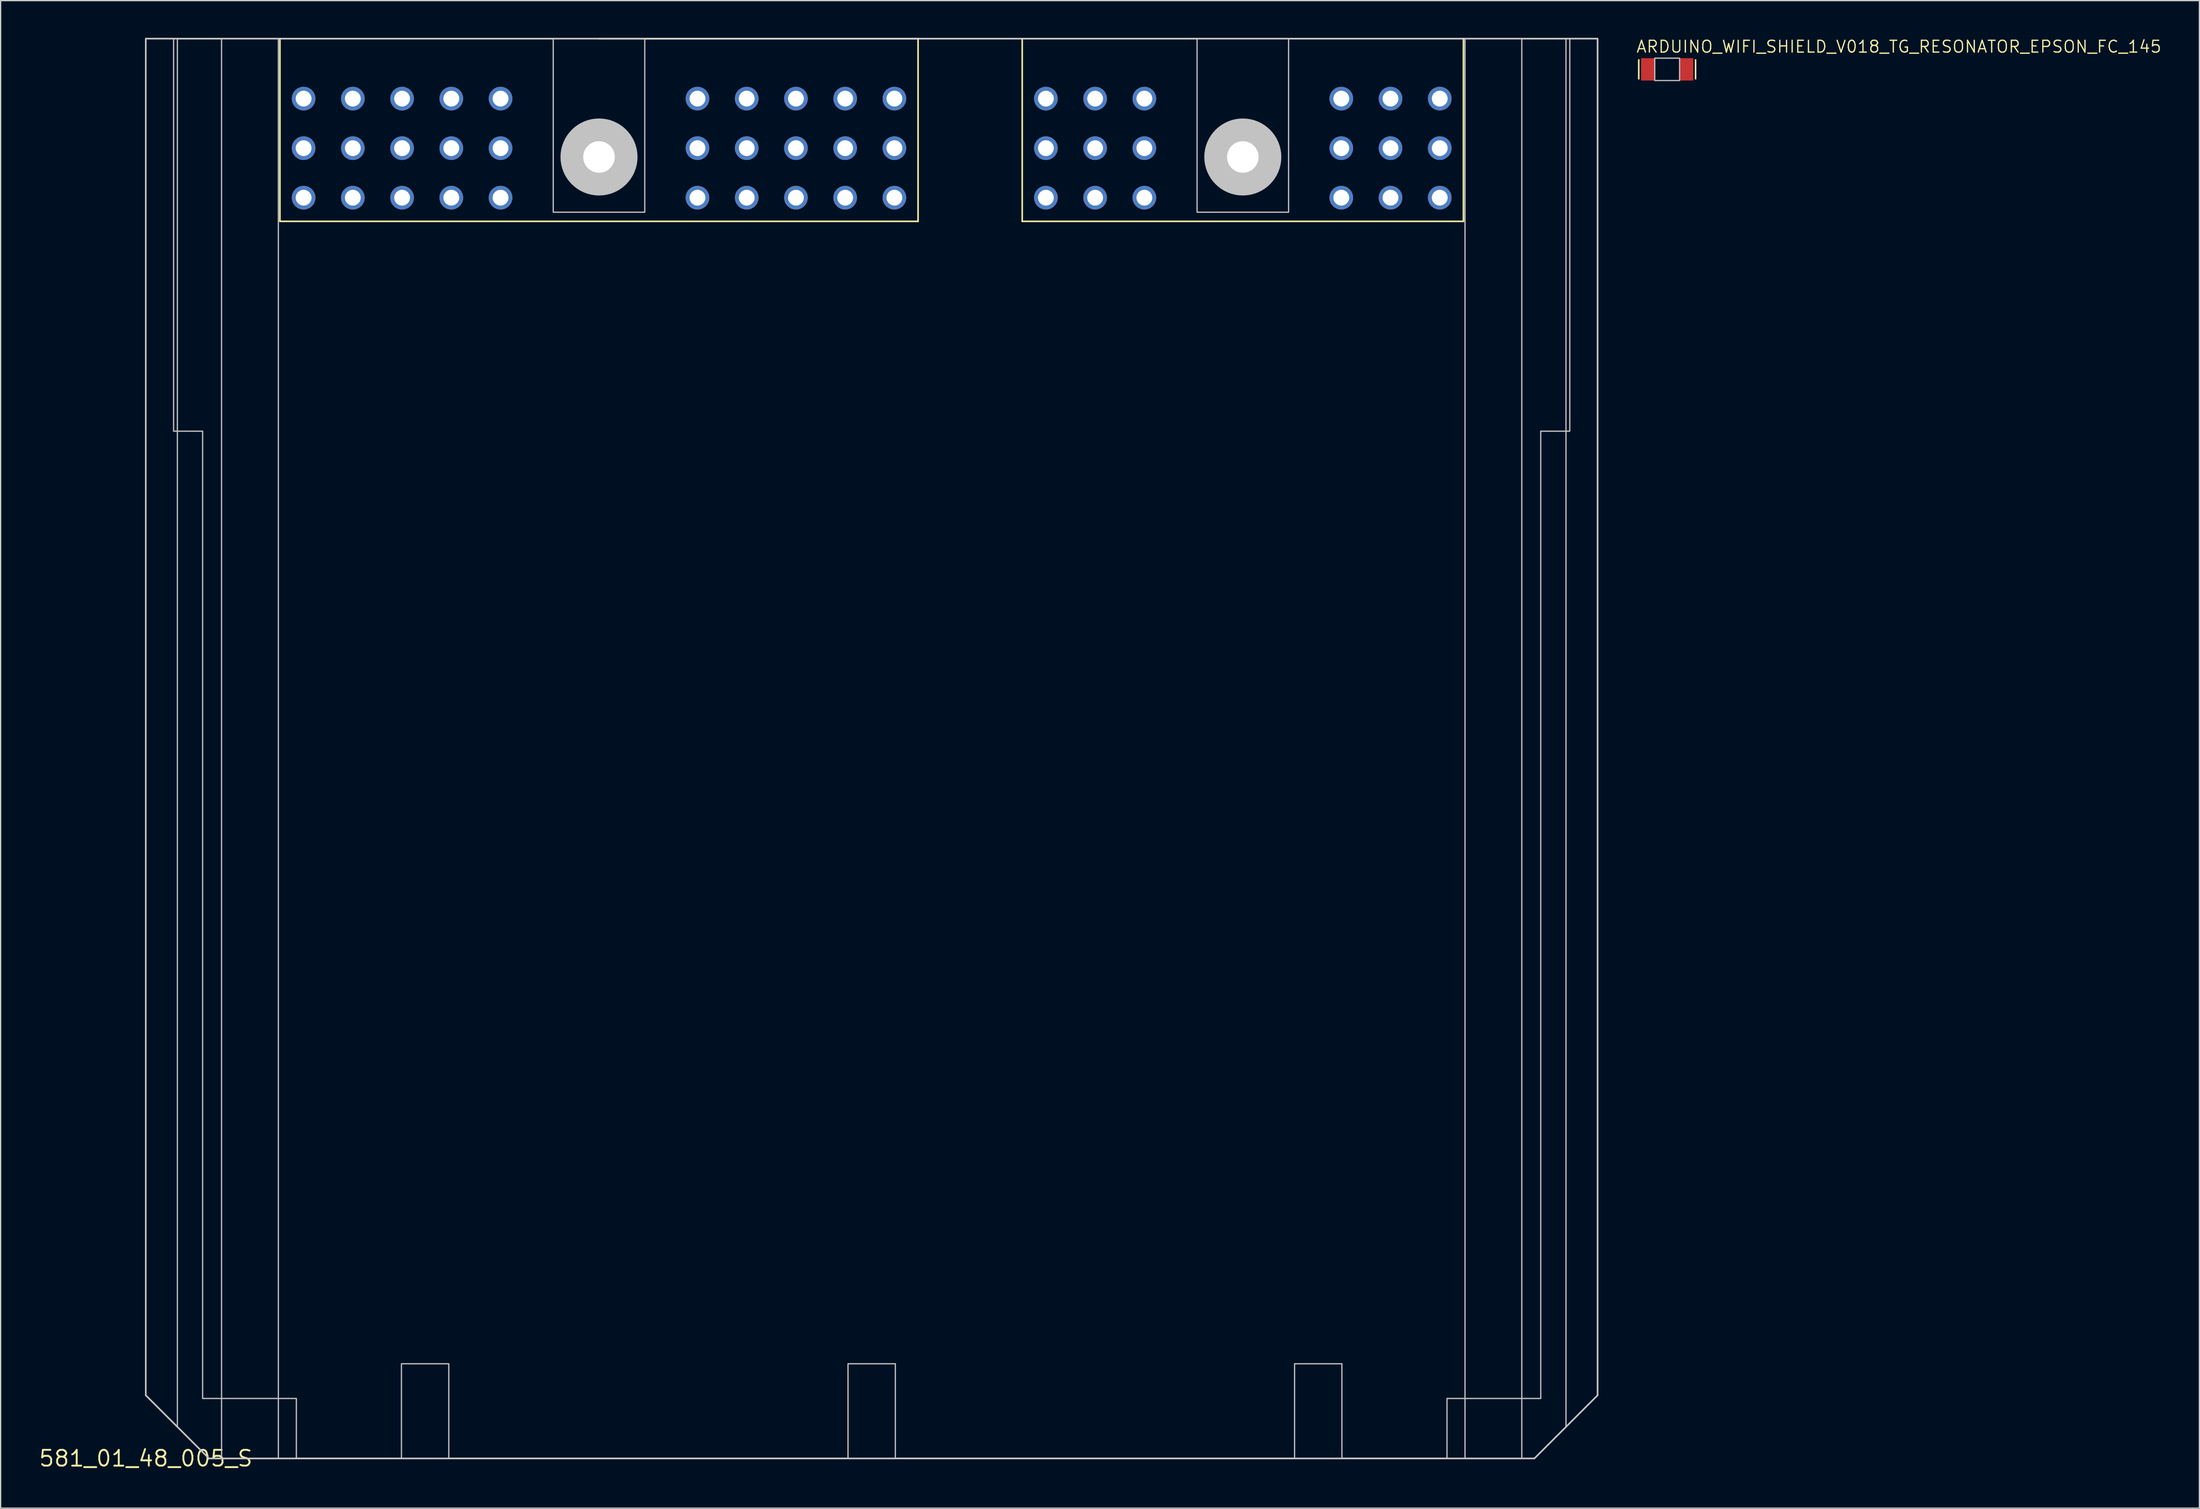
<source format=kicad_pcb>
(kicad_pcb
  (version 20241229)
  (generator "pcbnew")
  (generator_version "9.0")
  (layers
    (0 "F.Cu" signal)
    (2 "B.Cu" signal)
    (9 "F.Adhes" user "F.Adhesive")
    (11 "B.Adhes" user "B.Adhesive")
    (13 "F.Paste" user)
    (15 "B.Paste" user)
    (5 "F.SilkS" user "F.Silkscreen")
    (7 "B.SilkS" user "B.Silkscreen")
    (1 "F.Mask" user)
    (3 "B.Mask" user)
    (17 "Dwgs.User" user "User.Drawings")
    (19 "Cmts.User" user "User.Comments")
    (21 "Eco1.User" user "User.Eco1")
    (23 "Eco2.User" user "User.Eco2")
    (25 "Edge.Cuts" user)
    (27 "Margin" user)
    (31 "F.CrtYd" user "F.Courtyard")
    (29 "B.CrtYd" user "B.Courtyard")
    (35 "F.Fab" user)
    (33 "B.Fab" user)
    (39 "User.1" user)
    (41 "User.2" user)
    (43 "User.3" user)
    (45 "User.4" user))
  (footprint "ARDUINO_WIFI_SHIELD_V018_TG_RESONATOR_EPSON_FC_145"
    (layer "F.Cu")
    (at 131.129 2.534)
    (property "Reference" "ARDUINO_WIFI_SHIELD_V018_TG_RESONATOR_EPSON_FC_145" (at -2.54 -1.27 0) (layer "F.SilkS") (effects (font (size 0.95 0.95) (thickness 0.104)) (justify left bottom)))
    (attr through_hole)
    (fp_line (start -2.286 -0.762) (end -2.286 0.762) (stroke (width 0.127) (type solid)) (layer "F.SilkS"))
    (fp_line (start 2.286 -0.762) (end 2.286 0.762) (stroke (width 0.127) (type solid)) (layer "F.SilkS"))
    (fp_poly (pts (xy -1 0.9) (xy 1 0.9) (xy 1 -0.9) (xy -1 -0.9)) (stroke (width 0.1) (type solid)) (fill no) (layer "Dwgs.User"))
    (pad "P$1" smd rect (at -1.55 0 90) (size 1.8 1.1) (layers "F.Cu" "F.Mask" "F.Paste"))
    (pad "P$2" smd rect (at 1.55 0 90) (size 1.8 1.1) (layers "F.Cu" "F.Mask" "F.Paste")))
  (footprint "581_01_48_005_S"
    (layer "F.Cu")
    (at 8.686 114.364)
    (property "Reference" "581_01_48_005_S" (at 0 0 0) (layer "F.SilkS") (effects (font (size 1.27 1.27) (thickness 0.15))))
    (attr through_hole)
    (fp_line (start 10.795 -99.593) (end 10.795 -114.3) (stroke (width 0.127) (type solid)) (layer "F.SilkS"))
    (fp_line (start 36.474 -114.3) (end 62.154 -114.3) (stroke (width 0.127) (type solid)) (layer "F.SilkS"))
    (fp_line (start 62.154 -114.3) (end 62.154 -99.593) (stroke (width 0.127) (type solid)) (layer "F.SilkS"))
    (fp_line (start 62.154 -99.593) (end 10.795 -99.593) (stroke (width 0.127) (type solid)) (layer "F.SilkS"))
    (fp_line (start 70.536 -114.3) (end 70.536 -99.593) (stroke (width 0.127) (type solid)) (layer "F.SilkS"))
    (fp_line (start 70.536 -99.593) (end 106.045 -99.593) (stroke (width 0.127) (type solid)) (layer "F.SilkS"))
    (fp_line (start 106.045 -99.593) (end 106.045 -114.3) (stroke (width 0.127) (type solid)) (layer "F.SilkS"))
    (fp_circle (center 36.474 -104.775) (end 38.482 -104.775) (stroke (width 2.184) (type solid)) (fill no) (layer "Dwgs.User"))
    (fp_circle (center 88.29 -104.775) (end 90.298 -104.775) (stroke (width 2.184) (type solid)) (fill no) (layer "Dwgs.User"))
    (fp_poly (pts (xy 0 -114.3) (xy 2.54 -114.3) (xy 2.54 -2.54) (xy 0 -5.08)) (stroke (width 0.1) (type solid)) (fill no) (layer "Dwgs.User"))
    (fp_poly (pts (xy 6.096 -114.3) (xy 6.096 0) (xy 10.668 0) (xy 10.668 -114.3)) (stroke (width 0.1) (type solid)) (fill no) (layer "Dwgs.User"))
    (fp_poly (pts (xy 20.574 0) (xy 20.574 -7.62) (xy 24.384 -7.62) (xy 24.384 0)) (stroke (width 0.1) (type solid)) (fill no) (layer "Dwgs.User"))
    (fp_poly (pts (xy 32.791 -114.3) (xy 40.157 -114.3) (xy 40.157 -100.33) (xy 32.791 -100.33)) (stroke (width 0.1) (type solid)) (fill no) (layer "Dwgs.User"))
    (fp_poly (pts (xy 56.515 0) (xy 56.515 -7.62) (xy 60.325 -7.62) (xy 60.325 0)) (stroke (width 0.1) (type solid)) (fill no) (layer "Dwgs.User"))
    (fp_poly (pts (xy 84.607 -114.3) (xy 84.607 -100.33) (xy 91.973 -100.33) (xy 91.973 -114.3)) (stroke (width 0.1) (type solid)) (fill no) (layer "Dwgs.User"))
    (fp_poly (pts (xy 96.266 0) (xy 96.266 -7.62) (xy 92.456 -7.62) (xy 92.456 0)) (stroke (width 0.1) (type solid)) (fill no) (layer "Dwgs.User"))
    (fp_poly (pts (xy 110.744 -114.3) (xy 110.744 0) (xy 106.172 0) (xy 106.172 -114.3)) (stroke (width 0.1) (type solid)) (fill no) (layer "Dwgs.User"))
    (fp_poly (pts (xy 116.84 -114.3) (xy 114.3 -114.3) (xy 114.3 -2.54) (xy 116.84 -5.08)) (stroke (width 0.1) (type solid)) (fill no) (layer "Dwgs.User"))
    (fp_poly (pts (xy 0 -114.3) (xy 2.235 -114.3) (xy 2.235 -82.702) (xy 4.572 -82.702) (xy 4.572 -4.826) (xy 12.116 -4.826) (xy 12.116 0) (xy 5.08 0) (xy 0 -5.08)) (stroke (width 0.1) (type solid)) (fill no) (layer "Dwgs.User"))
    (fp_poly (pts (xy 111.76 0) (xy 116.84 -5.08) (xy 116.84 -114.3) (xy 114.605 -114.3) (xy 114.605 -82.702) (xy 112.268 -82.702) (xy 112.268 -4.826) (xy 104.724 -4.826) (xy 104.724 0)) (stroke (width 0.1) (type solid)) (fill no) (layer "Dwgs.User"))
    (fp_line (start 0 -114.3) (end 116.84 -114.3) (stroke (width 0.127) (type solid)) (layer "Edge.Cuts"))
    (fp_line (start 0 -5.08) (end 0 -114.3) (stroke (width 0.127) (type solid)) (layer "Edge.Cuts"))
    (fp_line (start 0 -5.08) (end 5.08 0) (stroke (width 0.127) (type solid)) (layer "Edge.Cuts"))
    (fp_line (start 111.76 0) (end 5.08 0) (stroke (width 0.127) (type solid)) (layer "Edge.Cuts"))
    (fp_line (start 111.76 0) (end 116.84 -5.08) (stroke (width 0.127) (type solid)) (layer "Edge.Cuts"))
    (fp_line (start 116.84 -114.3) (end 116.84 -5.08) (stroke (width 0.127) (type solid)) (layer "Edge.Cuts"))
    (pad "" np_thru_hole circle (at 36.474 -104.775) (size 2.54 2.54) (drill 2.54) (layers "*.Cu" "*.Mask"))
    (pad "" np_thru_hole circle (at 88.29 -104.775) (size 2.54 2.54) (drill 2.54) (layers "*.Cu" "*.Mask"))
    (pad "P$1" thru_hole circle (at 104.14 -101.498) (size 1.905 1.905) (drill 1.27) (layers "*.Cu" "*.Mask"))
    (pad "P$2" thru_hole circle (at 100.178 -101.498) (size 1.905 1.905) (drill 1.27) (layers "*.Cu" "*.Mask"))
    (pad "P$3" thru_hole circle (at 96.215 -101.498) (size 1.905 1.905) (drill 1.27) (layers "*.Cu" "*.Mask"))
    (pad "P$4" thru_hole circle (at 80.366 -101.498) (size 1.905 1.905) (drill 1.27) (layers "*.Cu" "*.Mask"))
    (pad "P$5" thru_hole circle (at 76.403 -101.498) (size 1.905 1.905) (drill 1.27) (layers "*.Cu" "*.Mask"))
    (pad "P$6" thru_hole circle (at 72.441 -101.498) (size 1.905 1.905) (drill 1.27) (layers "*.Cu" "*.Mask"))
    (pad "P$7" thru_hole circle (at 104.14 -105.486) (size 1.905 1.905) (drill 1.27) (layers "*.Cu" "*.Mask"))
    (pad "P$8" thru_hole circle (at 100.178 -105.486) (size 1.905 1.905) (drill 1.27) (layers "*.Cu" "*.Mask"))
    (pad "P$9" thru_hole circle (at 96.215 -105.486) (size 1.905 1.905) (drill 1.27) (layers "*.Cu" "*.Mask"))
    (pad "P$10" thru_hole circle (at 80.366 -105.486) (size 1.905 1.905) (drill 1.27) (layers "*.Cu" "*.Mask"))
    (pad "P$11" thru_hole circle (at 76.403 -105.486) (size 1.905 1.905) (drill 1.27) (layers "*.Cu" "*.Mask"))
    (pad "P$12" thru_hole circle (at 72.441 -105.486) (size 1.905 1.905) (drill 1.27) (layers "*.Cu" "*.Mask"))
    (pad "P$13" thru_hole circle (at 104.14 -109.474) (size 1.905 1.905) (drill 1.27) (layers "*.Cu" "*.Mask"))
    (pad "P$14" thru_hole circle (at 100.178 -109.474) (size 1.905 1.905) (drill 1.27) (layers "*.Cu" "*.Mask"))
    (pad "P$15" thru_hole circle (at 96.215 -109.474) (size 1.905 1.905) (drill 1.27) (layers "*.Cu" "*.Mask"))
    (pad "P$16" thru_hole circle (at 80.366 -109.474) (size 1.905 1.905) (drill 1.27) (layers "*.Cu" "*.Mask"))
    (pad "P$17" thru_hole circle (at 76.403 -109.474) (size 1.905 1.905) (drill 1.27) (layers "*.Cu" "*.Mask"))
    (pad "P$18" thru_hole circle (at 72.441 -109.474) (size 1.905 1.905) (drill 1.27) (layers "*.Cu" "*.Mask"))
    (pad "P$19" thru_hole circle (at 60.249 -101.498) (size 1.905 1.905) (drill 1.27) (layers "*.Cu" "*.Mask"))
    (pad "P$20" thru_hole circle (at 56.286 -101.498) (size 1.905 1.905) (drill 1.27) (layers "*.Cu" "*.Mask"))
    (pad "P$21" thru_hole circle (at 52.324 -101.498) (size 1.905 1.905) (drill 1.27) (layers "*.Cu" "*.Mask"))
    (pad "P$22" thru_hole circle (at 48.362 -101.498) (size 1.905 1.905) (drill 1.27) (layers "*.Cu" "*.Mask"))
    (pad "P$23" thru_hole circle (at 44.399 -101.498) (size 1.905 1.905) (drill 1.27) (layers "*.Cu" "*.Mask"))
    (pad "P$24" thru_hole circle (at 28.55 -101.498) (size 1.905 1.905) (drill 1.27) (layers "*.Cu" "*.Mask"))
    (pad "P$25" thru_hole circle (at 24.587 -101.498) (size 1.905 1.905) (drill 1.27) (layers "*.Cu" "*.Mask"))
    (pad "P$26" thru_hole circle (at 20.625 -101.498) (size 1.905 1.905) (drill 1.27) (layers "*.Cu" "*.Mask"))
    (pad "P$27" thru_hole circle (at 16.662 -101.498) (size 1.905 1.905) (drill 1.27) (layers "*.Cu" "*.Mask"))
    (pad "P$28" thru_hole circle (at 12.7 -101.498) (size 1.905 1.905) (drill 1.27) (layers "*.Cu" "*.Mask"))
    (pad "P$29" thru_hole circle (at 60.249 -105.486) (size 1.905 1.905) (drill 1.27) (layers "*.Cu" "*.Mask"))
    (pad "P$30" thru_hole circle (at 56.286 -105.486) (size 1.905 1.905) (drill 1.27) (layers "*.Cu" "*.Mask"))
    (pad "P$31" thru_hole circle (at 52.324 -105.486) (size 1.905 1.905) (drill 1.27) (layers "*.Cu" "*.Mask"))
    (pad "P$32" thru_hole circle (at 48.362 -105.486) (size 1.905 1.905) (drill 1.27) (layers "*.Cu" "*.Mask"))
    (pad "P$33" thru_hole circle (at 44.399 -105.486) (size 1.905 1.905) (drill 1.27) (layers "*.Cu" "*.Mask"))
    (pad "P$34" thru_hole circle (at 28.55 -105.486) (size 1.905 1.905) (drill 1.27) (layers "*.Cu" "*.Mask"))
    (pad "P$35" thru_hole circle (at 24.587 -105.486) (size 1.905 1.905) (drill 1.27) (layers "*.Cu" "*.Mask"))
    (pad "P$36" thru_hole circle (at 20.625 -105.486) (size 1.905 1.905) (drill 1.27) (layers "*.Cu" "*.Mask"))
    (pad "P$37" thru_hole circle (at 16.662 -105.486) (size 1.905 1.905) (drill 1.27) (layers "*.Cu" "*.Mask"))
    (pad "P$38" thru_hole circle (at 12.7 -105.486) (size 1.905 1.905) (drill 1.27) (layers "*.Cu" "*.Mask"))
    (pad "P$39" thru_hole circle (at 60.249 -109.474) (size 1.905 1.905) (drill 1.27) (layers "*.Cu" "*.Mask"))
    (pad "P$40" thru_hole circle (at 56.286 -109.474) (size 1.905 1.905) (drill 1.27) (layers "*.Cu" "*.Mask"))
    (pad "P$41" thru_hole circle (at 52.324 -109.474) (size 1.905 1.905) (drill 1.27) (layers "*.Cu" "*.Mask"))
    (pad "P$42" thru_hole circle (at 48.362 -109.474) (size 1.905 1.905) (drill 1.27) (layers "*.Cu" "*.Mask"))
    (pad "P$43" thru_hole circle (at 44.399 -109.474) (size 1.905 1.905) (drill 1.27) (layers "*.Cu" "*.Mask"))
    (pad "P$44" thru_hole circle (at 28.55 -109.474) (size 1.905 1.905) (drill 1.27) (layers "*.Cu" "*.Mask"))
    (pad "P$45" thru_hole circle (at 24.587 -109.474) (size 1.905 1.905) (drill 1.27) (layers "*.Cu" "*.Mask"))
    (pad "P$46" thru_hole circle (at 20.625 -109.474) (size 1.905 1.905) (drill 1.27) (layers "*.Cu" "*.Mask"))
    (pad "P$47" thru_hole circle (at 16.662 -109.474) (size 1.905 1.905) (drill 1.27) (layers "*.Cu" "*.Mask"))
    (pad "P$48" thru_hole circle (at 12.7 -109.474) (size 1.905 1.905) (drill 1.27) (layers "*.Cu" "*.Mask")))
  (gr_rect
    (start -3 -3)
    (end 173.965 118.37)
    (stroke (width 0.1) (type default))
    (fill no)
    (layer "Edge.Cuts")))
</source>
